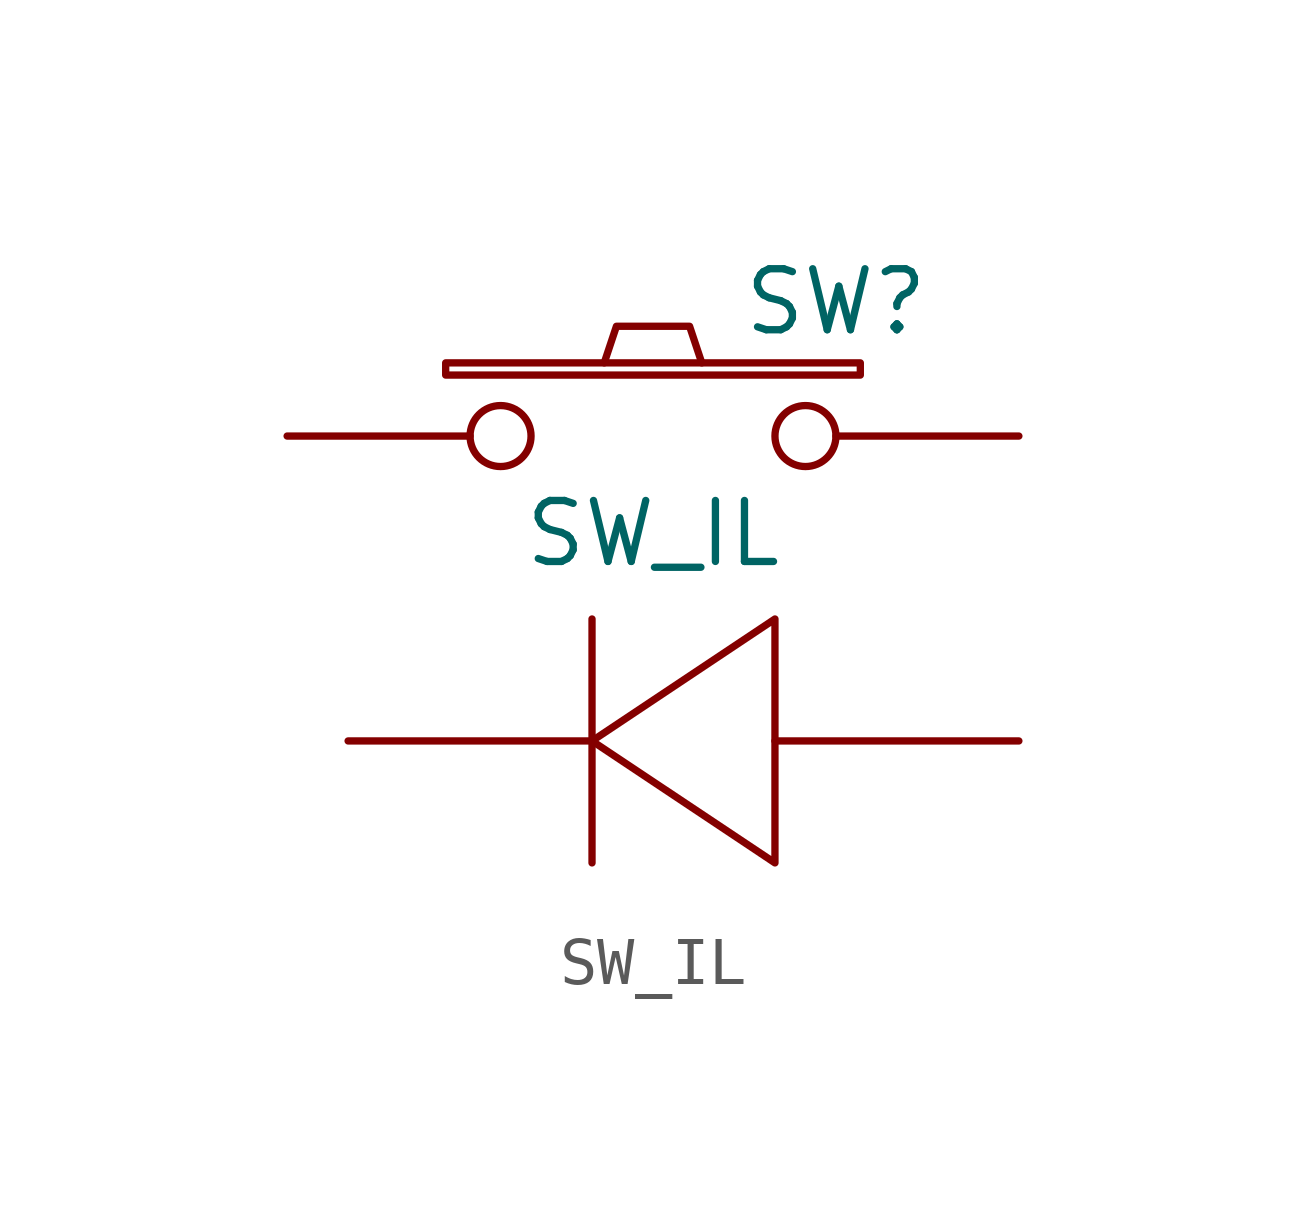
<source format=kicad_sym>
(kicad_symbol_lib
  (version 20220914)
  (generator kicad_symbol_editor)
  (symbol "SW_IL"
    (pin_numbers hide)
    (pin_names
      (offset 1.016) hide)
    (property "Reference" "SW"
      (at 3.81 2.794 0)
      (effects (font (size 1.27 1.27))))
    (property "Value" "SW_IL"
      (at 0 -2.032 0)
      (effects (font (size 1.27 1.27))))
    (property "Footprint" ""
      (at 0 0 0)
      (effects (font (size 1.27 1.27))))
    (property "Datasheet" ""
      (at 0 0 0)
      (effects (font (size 1.27 1.27))))
    (symbol "SW_IL_0_1"
      (rectangle (start -4.318 1.27) (end 4.318 1.524) (stroke (width 0) (type solid)) (fill (type none)))
      (polyline (pts (xy -1.27 -3.81) (xy -1.27 -8.89)) (stroke (width 0) (type solid)) (fill (type none)))
      (polyline (pts (xy -1.016 1.524) (xy -0.762 2.286) (xy 0.762 2.286) (xy 1.016 1.524)) (stroke (width 0) (type solid)) (fill (type none)))
      (polyline (pts (xy 2.54 -3.81) (xy 2.54 -8.89) (xy -1.27 -6.35) (xy 2.54 -3.81)) (stroke (width 0) (type solid)) (fill (type none)))
      (pin passive inverted (at -7.62 0 0) (length 5.08) (name "~" (effects (font (size 1.27 1.27)))) (number "1" (effects (font (size 1.27 1.27)))))
      (pin passive inverted (at 7.62 0 180) (length 5.08) (name "~" (effects (font (size 1.27 1.27)))) (number "2" (effects (font (size 1.27 1.27)))))
      (pin passive line (at -6.35 -6.35 0) (length 5.08) (name "~" (effects (font (size 1.27 1.27)))) (number "3" (effects (font (size 1.27 1.27))))))
    (symbol "SW_IL_1_1"
      (pin passive line (at 7.62 -6.35 180) (length 5.08) (name "~" (effects (font (size 1.27 1.27)))) (number "4" (effects (font (size 1.27 1.27))))))))
</source>
